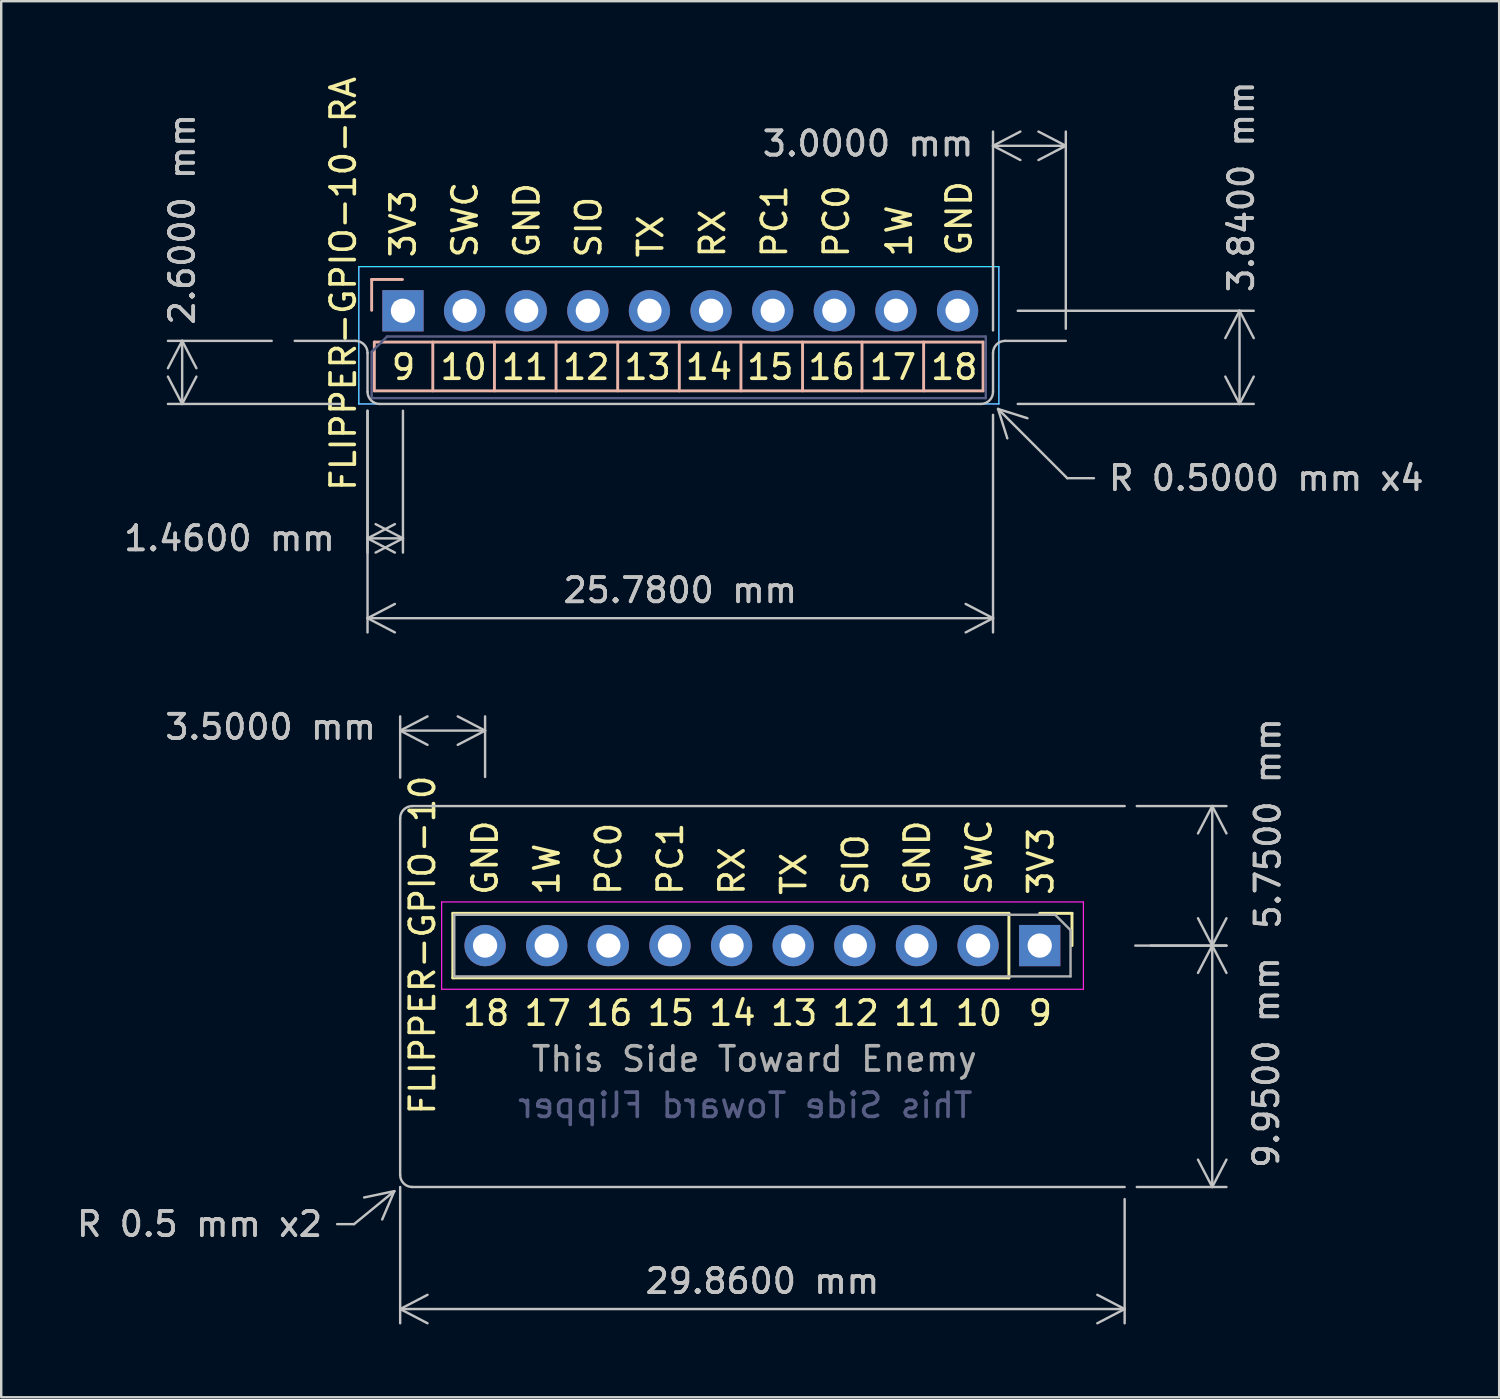
<source format=kicad_pcb>
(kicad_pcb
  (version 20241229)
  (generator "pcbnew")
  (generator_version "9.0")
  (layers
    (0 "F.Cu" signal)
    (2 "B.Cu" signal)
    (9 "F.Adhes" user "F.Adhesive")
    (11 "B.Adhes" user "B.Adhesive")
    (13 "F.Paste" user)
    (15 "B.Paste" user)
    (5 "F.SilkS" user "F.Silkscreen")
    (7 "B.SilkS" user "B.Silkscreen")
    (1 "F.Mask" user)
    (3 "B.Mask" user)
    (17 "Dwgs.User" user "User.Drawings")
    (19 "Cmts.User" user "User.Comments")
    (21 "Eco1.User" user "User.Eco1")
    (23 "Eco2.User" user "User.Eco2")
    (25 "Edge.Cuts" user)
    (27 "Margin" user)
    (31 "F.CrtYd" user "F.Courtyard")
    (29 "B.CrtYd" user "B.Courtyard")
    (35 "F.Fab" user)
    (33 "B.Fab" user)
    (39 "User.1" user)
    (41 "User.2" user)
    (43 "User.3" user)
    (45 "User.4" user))
  (footprint "FLIPPER-GPIO-10"
    (layer "F.Cu")
    (at 16.943 35.923)
    (property "Reference" "FLIPPER-GPIO-10" (at -2.58 -0.02 270) (layer "F.SilkS") (effects (font (size 1 1) (thickness 0.15))))
    (attr through_hole)
    (fp_line (start -1.33 -1.33) (end -1.33 1.33) (stroke (width 0.12) (type solid)) (layer "F.SilkS"))
    (fp_line (start 21.59 -1.33) (end -1.33 -1.33) (stroke (width 0.12) (type solid)) (layer "F.SilkS"))
    (fp_line (start 21.59 -1.33) (end 21.59 1.33) (stroke (width 0.12) (type solid)) (layer "F.SilkS"))
    (fp_line (start 21.59 1.33) (end -1.33 1.33) (stroke (width 0.12) (type solid)) (layer "F.SilkS"))
    (fp_line (start 22.86 -1.33) (end 24.19 -1.33) (stroke (width 0.12) (type solid)) (layer "F.SilkS"))
    (fp_line (start 24.19 -1.33) (end 24.19 0) (stroke (width 0.12) (type solid)) (layer "F.SilkS"))
    (fp_line (start -3.5 9.45) (end -3.5 -5.25) (stroke (width 0.1) (type default)) (layer "Dwgs.User"))
    (fp_line (start -3 -5.75) (end 26.36 -5.75) (stroke (width 0.1) (type default)) (layer "Dwgs.User"))
    (fp_line (start -3 9.95) (end 26.36 9.95) (stroke (width 0.1) (type default)) (layer "Dwgs.User"))
    (fp_arc (start -3.5 -5.25) (mid -3.353553 -5.603553) (end -3 -5.75) (stroke (width 0.1) (type default)) (layer "Dwgs.User"))
    (fp_arc (start -3 9.95) (mid -3.353553 9.803553) (end -3.5 9.45) (stroke (width 0.1) (type default)) (layer "Dwgs.User"))
    (fp_line (start -1.79 -1.8) (end -1.79 1.8) (stroke (width 0.05) (type solid)) (layer "F.CrtYd"))
    (fp_line (start -1.79 1.8) (end 24.66 1.8) (stroke (width 0.05) (type solid)) (layer "F.CrtYd"))
    (fp_line (start 24.66 -1.8) (end -1.79 -1.8) (stroke (width 0.05) (type solid)) (layer "F.CrtYd"))
    (fp_line (start 24.66 1.8) (end 24.66 -1.8) (stroke (width 0.05) (type solid)) (layer "F.CrtYd"))
    (fp_line (start -1.27 -1.27) (end 23.495 -1.27) (stroke (width 0.1) (type solid)) (layer "F.Fab"))
    (fp_line (start -1.27 1.27) (end -1.27 -1.27) (stroke (width 0.1) (type solid)) (layer "F.Fab"))
    (fp_line (start 23.495 -1.27) (end 24.13 -0.635) (stroke (width 0.1) (type solid)) (layer "F.Fab"))
    (fp_line (start 24.13 -0.635) (end 24.13 1.27) (stroke (width 0.1) (type solid)) (layer "F.Fab"))
    (fp_line (start 24.13 1.27) (end -1.27 1.27) (stroke (width 0.1) (type solid)) (layer "F.Fab"))
    (fp_text user "13" (at 11.684 3.37 0) (unlocked yes) (layer "F.SilkS") (effects (font (size 1 1) (thickness 0.15)) (justify left bottom)))
    (fp_text user "1W" (at 3.131 -2 90) (unlocked yes) (layer "F.SilkS") (effects (font (size 1 1) (thickness 0.15)) (justify left bottom)))
    (fp_text user "18" (at -1.01 3.37 0) (unlocked yes) (layer "F.SilkS") (effects (font (size 1 1) (thickness 0.15)) (justify left bottom)))
    (fp_text user "3V3" (at 23.487 -2 90) (unlocked yes) (layer "F.SilkS") (effects (font (size 1 1) (thickness 0.15)) (justify left bottom)))
    (fp_text user "10" (at 19.3 3.37 0) (unlocked yes) (layer "F.SilkS") (effects (font (size 1 1) (thickness 0.15)) (justify left bottom)))
    (fp_text user "9" (at 22.31 3.37 0) (unlocked yes) (layer "F.SilkS") (effects (font (size 1 1) (thickness 0.15)) (justify left bottom)))
    (fp_text user "GND" (at 0.587 -2 90) (unlocked yes) (layer "F.SilkS") (effects (font (size 1 1) (thickness 0.15)) (justify left bottom)))
    (fp_text user "16" (at 4.067 3.37 0) (unlocked yes) (layer "F.SilkS") (effects (font (size 1 1) (thickness 0.15)) (justify left bottom)))
    (fp_text user "PC1" (at 8.22 -2 90) (unlocked yes) (layer "F.SilkS") (effects (font (size 1 1) (thickness 0.15)) (justify left bottom)))
    (fp_text user "SIO" (at 15.853 -2 90) (unlocked yes) (layer "F.SilkS") (effects (font (size 1 1) (thickness 0.15)) (justify left bottom)))
    (fp_text user "12" (at 14.223 3.37 0) (unlocked yes) (layer "F.SilkS") (effects (font (size 1 1) (thickness 0.15)) (justify left bottom)))
    (fp_text user "SWC" (at 20.942 -2 90) (unlocked yes) (layer "F.SilkS") (effects (font (size 1 1) (thickness 0.15)) (justify left bottom)))
    (fp_text user "17" (at 1.529 3.37 0) (unlocked yes) (layer "F.SilkS") (effects (font (size 1 1) (thickness 0.15)) (justify left bottom)))
    (fp_text user "TX" (at 13.309 -2 90) (unlocked yes) (layer "F.SilkS") (effects (font (size 1 1) (thickness 0.15)) (justify left bottom)))
    (fp_text user "15" (at 6.606 3.37 0) (unlocked yes) (layer "F.SilkS") (effects (font (size 1 1) (thickness 0.15)) (justify left bottom)))
    (fp_text user "PC0" (at 5.676 -2 90) (unlocked yes) (layer "F.SilkS") (effects (font (size 1 1) (thickness 0.15)) (justify left bottom)))
    (fp_text user "11" (at 16.761 3.37 0) (unlocked yes) (layer "F.SilkS") (effects (font (size 1 1) (thickness 0.15)) (justify left bottom)))
    (fp_text user "14" (at 9.145 3.37 0) (unlocked yes) (layer "F.SilkS") (effects (font (size 1 1) (thickness 0.15)) (justify left bottom)))
    (fp_text user "GND" (at 18.398 -2 90) (unlocked yes) (layer "F.SilkS") (effects (font (size 1 1) (thickness 0.15)) (justify left bottom)))
    (fp_text user "RX" (at 10.764 -2 90) (unlocked yes) (layer "F.SilkS") (effects (font (size 1 1) (thickness 0.15)) (justify left bottom)))
    (fp_text user "This Side Toward Flipper" (at 20.18 7.17 0) (unlocked yes) (layer "B.Fab") (effects (font (size 1 1) (thickness 0.15)) (justify left bottom mirror)))
    (fp_text user "This Side Toward Enemy" (at 1.83 5.26 0) (unlocked yes) (layer "F.Fab") (effects (font (size 1 1) (thickness 0.15)) (justify left bottom)))
    (dimension (type leader) (layer "Dwgs.User") (pts (xy 13.589 45.727) (xy 11.543 47.403)) (format (prefix "") (suffix "") (units 0) (units_format 0) (precision 4) (override_value "R 0.5 mm x2")) (style (thickness 0.1) (arrow_length 1.27) (text_position_mode 0) (text_frame 0) (extension_offset 0.5)) (gr_text "R 0.5 mm x2" (at 5.173 47.403 0) (layer "Dwgs.User") (effects (font (size 1 1) (thickness 0.15)))))
    (dimension (type orthogonal) (layer "Dwgs.User") (pts (xy 43.243 35.923) (xy 43.303 30.173)) (height 3.67) (orientation 1) (format (prefix "") (suffix "") (units 3) (units_format 1) (precision 4)) (style (thickness 0.1) (arrow_length 1.27) (text_position_mode 2) (arrow_direction outward) (extension_height 0.586) (extension_offset 0.5)) (gr_text "5.7500 mm" (at 49.203 30.893 270) (layer "Dwgs.User") (effects (font (size 1 1) (thickness 0.15)))))
    (dimension (type orthogonal) (layer "Dwgs.User") (pts (xy 43.303 45.873) (xy 13.443 45.373)) (height 5.03) (orientation 0) (format (prefix "") (suffix "") (units 3) (units_format 1) (precision 4)) (style (thickness 0.1) (arrow_length 1.27) (text_position_mode 0) (arrow_direction outward) (extension_height 0.586) (extension_offset 0.5) (keep_text_aligned yes)) (gr_text "29.8600 mm" (at 28.373 49.753 0) (layer "Dwgs.User") (effects (font (size 1 1) (thickness 0.15)))))
    (dimension (type orthogonal) (layer "Dwgs.User") (pts (xy 43.883 35.923) (xy 43.303 45.873)) (height 3.03) (orientation 1) (format (prefix "") (suffix "") (units 3) (units_format 1) (precision 4)) (style (thickness 0.1) (arrow_length 1.27) (text_position_mode 2) (arrow_direction outward) (extension_height 0.586) (extension_offset 0.5)) (gr_text "9.9500 mm" (at 49.143 40.743 270) (layer "Dwgs.User") (effects (font (size 1 1) (thickness 0.15)))))
    (dimension (type orthogonal) (layer "Dwgs.User") (pts (xy 16.943 29.473) (xy 13.443 29.503)) (height -2.41) (orientation 0) (format (prefix "") (suffix "") (units 3) (units_format 1) (precision 4)) (style (thickness 0.1) (arrow_length 1.27) (text_position_mode 2) (arrow_direction outward) (extension_height 0.586) (extension_offset 0.5) (keep_text_aligned yes)) (gr_text "3.5000 mm" (at 8.103 26.913 0) (layer "Dwgs.User") (effects (font (size 1 1) (thickness 0.15)))))
    (pad "9" thru_hole rect (at 22.86 0 270) (size 1.7 1.7) (drill 1) (layers "*.Cu" "*.Mask"))
    (pad "10" thru_hole oval (at 20.32 0 270) (size 1.7 1.7) (drill 1) (layers "*.Cu" "*.Mask"))
    (pad "11" thru_hole oval (at 17.78 0 270) (size 1.7 1.7) (drill 1) (layers "*.Cu" "*.Mask"))
    (pad "12" thru_hole oval (at 15.24 0 270) (size 1.7 1.7) (drill 1) (layers "*.Cu" "*.Mask"))
    (pad "13" thru_hole oval (at 12.7 0 270) (size 1.7 1.7) (drill 1) (layers "*.Cu" "*.Mask"))
    (pad "14" thru_hole oval (at 10.16 0 270) (size 1.7 1.7) (drill 1) (layers "*.Cu" "*.Mask"))
    (pad "15" thru_hole oval (at 7.62 0 270) (size 1.7 1.7) (drill 1) (layers "*.Cu" "*.Mask"))
    (pad "16" thru_hole oval (at 5.08 0 270) (size 1.7 1.7) (drill 1) (layers "*.Cu" "*.Mask"))
    (pad "17" thru_hole oval (at 2.54 0 270) (size 1.7 1.7) (drill 1) (layers "*.Cu" "*.Mask"))
    (pad "18" thru_hole oval (at 0 0 270) (size 1.7 1.7) (drill 1) (layers "*.Cu" "*.Mask")))
  (footprint "FLIPPER-GPIO-10-RA"
    (layer "F.Cu")
    (at 13.558 9.759)
    (property "Reference" "FLIPPER-GPIO-10-RA" (at -2.46 -1.11 90) (layer "F.SilkS") (effects (font (size 1 1) (thickness 0.15))))
    (attr through_hole)
    (fp_line (start -1.29 -1.29) (end -1.29 -0.02) (stroke (width 0.12) (type solid)) (layer "B.SilkS"))
    (fp_line (start -1.18 1.29) (end 23.91 1.29) (stroke (width 0.12) (type solid)) (layer "B.SilkS"))
    (fp_line (start -1.18 3.3) (end -1.18 1.29) (stroke (width 0.12) (type solid)) (layer "B.SilkS"))
    (fp_line (start -0.02 -1.29) (end -1.29 -1.29) (stroke (width 0.12) (type solid)) (layer "B.SilkS"))
    (fp_line (start 1.23 1.29) (end 1.23 3.3) (stroke (width 0.12) (type solid)) (layer "B.SilkS"))
    (fp_line (start 3.77 1.29) (end 3.77 3.3) (stroke (width 0.12) (type solid)) (layer "B.SilkS"))
    (fp_line (start 6.31 1.29) (end 6.31 3.3) (stroke (width 0.12) (type solid)) (layer "B.SilkS"))
    (fp_line (start 8.85 1.29) (end 8.85 3.3) (stroke (width 0.12) (type solid)) (layer "B.SilkS"))
    (fp_line (start 11.39 1.29) (end 11.39 3.3) (stroke (width 0.12) (type solid)) (layer "B.SilkS"))
    (fp_line (start 13.93 1.29) (end 13.93 3.3) (stroke (width 0.12) (type solid)) (layer "B.SilkS"))
    (fp_line (start 16.47 1.29) (end 16.47 3.3) (stroke (width 0.12) (type solid)) (layer "B.SilkS"))
    (fp_line (start 18.92 1.29) (end 18.92 3.3) (stroke (width 0.12) (type solid)) (layer "B.SilkS"))
    (fp_line (start 21.46 1.29) (end 21.46 3.3) (stroke (width 0.12) (type solid)) (layer "B.SilkS"))
    (fp_line (start 23.91 1.29) (end 23.91 3.3) (stroke (width 0.12) (type solid)) (layer "B.SilkS"))
    (fp_line (start 23.91 3.3) (end -1.18 3.3) (stroke (width 0.12) (type solid)) (layer "B.SilkS"))
    (fp_line (start -1.96 1.24) (end -4.46 1.24) (stroke (width 0.1) (type default)) (layer "Dwgs.User"))
    (fp_line (start -1.46 3.34) (end -1.46 1.74) (stroke (width 0.1) (type default)) (layer "Dwgs.User"))
    (fp_line (start -0.96 3.84) (end 23.82 3.84) (stroke (width 0.1) (type default)) (layer "Dwgs.User"))
    (fp_line (start 24.32 3.34) (end 24.32 1.74) (stroke (width 0.1) (type default)) (layer "Dwgs.User"))
    (fp_line (start 24.82 1.24) (end 27.32 1.24) (stroke (width 0.1) (type default)) (layer "Dwgs.User"))
    (fp_arc (start -1.96 1.24) (mid -1.606447 1.386447) (end -1.46 1.74) (stroke (width 0.1) (type default)) (layer "Dwgs.User"))
    (fp_arc (start -0.96 3.84) (mid -1.313553 3.693553) (end -1.46 3.34) (stroke (width 0.1) (type default)) (layer "Dwgs.User"))
    (fp_arc (start 24.32 1.74) (mid 24.466447 1.386447) (end 24.82 1.24) (stroke (width 0.1) (type default)) (layer "Dwgs.User"))
    (fp_arc (start 24.32 3.34) (mid 24.173553 3.693553) (end 23.82 3.84) (stroke (width 0.1) (type default)) (layer "Dwgs.User"))
    (fp_line (start -1.82 -1.82) (end 24.56 -1.82) (stroke (width 0.05) (type solid)) (layer "B.CrtYd"))
    (fp_line (start -1.82 3.84) (end -1.82 -1.82) (stroke (width 0.05) (type solid)) (layer "B.CrtYd"))
    (fp_line (start 24.56 -1.82) (end 24.56 3.84) (stroke (width 0.05) (type solid)) (layer "B.CrtYd"))
    (fp_line (start 24.56 3.84) (end -1.82 3.84) (stroke (width 0.05) (type solid)) (layer "B.CrtYd"))
    (fp_line (start -1.82 -1.82) (end 24.56 -1.82) (stroke (width 0.05) (type solid)) (layer "F.CrtYd"))
    (fp_line (start -1.82 3.84) (end -1.82 -1.82) (stroke (width 0.05) (type solid)) (layer "F.CrtYd"))
    (fp_line (start 24.56 -1.82) (end 24.56 3.84) (stroke (width 0.05) (type solid)) (layer "F.CrtYd"))
    (fp_line (start 24.56 3.84) (end -1.82 3.84) (stroke (width 0.05) (type solid)) (layer "F.CrtYd"))
    (fp_line (start -1.29 1.695) (end -1.29 3.6) (stroke (width 0.1) (type solid)) (layer "B.Fab"))
    (fp_line (start -1.29 3.6) (end 24.02 3.6) (stroke (width 0.1) (type solid)) (layer "B.Fab"))
    (fp_line (start -0.655 1.06) (end -1.29 1.695) (stroke (width 0.1) (type solid)) (layer "B.Fab"))
    (fp_line (start 24.02 1.06) (end -0.655 1.06) (stroke (width 0.1) (type solid)) (layer "B.Fab"))
    (fp_line (start 24.022 3.6) (end 24.022 1.06) (stroke (width 0.1) (type solid)) (layer "B.Fab"))
    (fp_line (start -0.34 -0.34) (end 0.3 -0.34) (stroke (width 0.1) (type solid)) (layer "F.Fab"))
    (fp_line (start 2.2 -0.34) (end 2.84 -0.34) (stroke (width 0.1) (type solid)) (layer "F.Fab"))
    (fp_line (start 4.74 -0.34) (end 5.38 -0.34) (stroke (width 0.1) (type solid)) (layer "F.Fab"))
    (fp_line (start 7.28 -0.34) (end 7.92 -0.34) (stroke (width 0.1) (type solid)) (layer "F.Fab"))
    (fp_line (start 9.82 -0.34) (end 10.46 -0.34) (stroke (width 0.1) (type solid)) (layer "F.Fab"))
    (fp_line (start 12.36 -0.34) (end 13 -0.34) (stroke (width 0.1) (type solid)) (layer "F.Fab"))
    (fp_line (start 14.9 -0.34) (end 15.54 -0.34) (stroke (width 0.1) (type solid)) (layer "F.Fab"))
    (fp_line (start 17.44 -0.34) (end 18.08 -0.34) (stroke (width 0.1) (type solid)) (layer "F.Fab"))
    (fp_line (start 17.44 -0.34) (end 18.08 -0.34) (stroke (width 0.1) (type solid)) (layer "F.Fab"))
    (fp_line (start 19.98 -0.34) (end 20.62 -0.34) (stroke (width 0.1) (type solid)) (layer "F.Fab"))
    (fp_line (start 22.52 -0.34) (end 23.16 -0.34) (stroke (width 0.1) (type solid)) (layer "F.Fab"))
    (fp_text user "15" (at 14.088 2.91 0) (unlocked yes) (layer "F.SilkS") (effects (font (size 1 1) (thickness 0.15)) (justify left bottom)))
    (fp_text user "SIO" (at 8.244 -2.11 90) (unlocked yes) (layer "F.SilkS") (effects (font (size 1 1) (thickness 0.15)) (justify left bottom)))
    (fp_text user "SWC" (at 3.141 -2.11 90) (unlocked yes) (layer "F.SilkS") (effects (font (size 1 1) (thickness 0.15)) (justify left bottom)))
    (fp_text user "10" (at 1.45 2.91 0) (unlocked yes) (layer "F.SilkS") (effects (font (size 1 1) (thickness 0.15)) (justify left bottom)))
    (fp_text user "12" (at 6.505 2.91 0) (unlocked yes) (layer "F.SilkS") (effects (font (size 1 1) (thickness 0.15)) (justify left bottom)))
    (fp_text user "14" (at 11.56 2.91 0) (unlocked yes) (layer "F.SilkS") (effects (font (size 1 1) (thickness 0.15)) (justify left bottom)))
    (fp_text user "PC1" (at 15.899 -2.11 90) (unlocked yes) (layer "F.SilkS") (effects (font (size 1 1) (thickness 0.15)) (justify left bottom)))
    (fp_text user "PC0" (at 18.45 -2.11 90) (unlocked yes) (layer "F.SilkS") (effects (font (size 1 1) (thickness 0.15)) (justify left bottom)))
    (fp_text user "RX" (at 13.347 -2.11 90) (unlocked yes) (layer "F.SilkS") (effects (font (size 1 1) (thickness 0.15)) (justify left bottom)))
    (fp_text user "GND" (at 5.693 -2.11 90) (unlocked yes) (layer "F.SilkS") (effects (font (size 1 1) (thickness 0.15)) (justify left bottom)))
    (fp_text user "11" (at 3.978 2.91 0) (unlocked yes) (layer "F.SilkS") (effects (font (size 1 1) (thickness 0.15)) (justify left bottom)))
    (fp_text user "3V3" (at 0.59 -2.11 90) (unlocked yes) (layer "F.SilkS") (effects (font (size 1 1) (thickness 0.15)) (justify left bottom)))
    (fp_text user "18" (at 21.67 2.91 0) (unlocked yes) (layer "F.SilkS") (effects (font (size 1 1) (thickness 0.15)) (justify left bottom)))
    (fp_text user "GND" (at 23.51 -2.19 90) (unlocked yes) (layer "F.SilkS") (effects (font (size 1 1) (thickness 0.15)) (justify left bottom)))
    (fp_text user "16" (at 16.615 2.91 0) (unlocked yes) (layer "F.SilkS") (effects (font (size 1 1) (thickness 0.15)) (justify left bottom)))
    (fp_text user "9" (at -0.553 2.91 0) (unlocked yes) (layer "F.SilkS") (effects (font (size 1 1) (thickness 0.15)) (justify left bottom)))
    (fp_text user "TX" (at 10.796 -2.11 90) (unlocked yes) (layer "F.SilkS") (effects (font (size 1 1) (thickness 0.15)) (justify left bottom)))
    (fp_text user "13" (at 9.033 2.91 0) (unlocked yes) (layer "F.SilkS") (effects (font (size 1 1) (thickness 0.15)) (justify left bottom)))
    (fp_text user "1W" (at 21.04 -2.14 90) (unlocked yes) (layer "F.SilkS") (effects (font (size 1 1) (thickness 0.15)) (justify left bottom)))
    (fp_text user "17" (at 19.142 2.91 0) (unlocked yes) (layer "F.SilkS") (effects (font (size 1 1) (thickness 0.15)) (justify left bottom)))
    (dimension (type aligned) (layer "Dwgs.User") (pts (xy 12.098 13.379) (xy 13.558 13.379)) (height 5.76) (format (prefix "") (suffix "") (units 3) (units_format 1) (precision 4)) (style (thickness 0.1) (arrow_length 1.27) (text_position_mode 2) (arrow_direction outward) (extension_height 0.586) (extension_offset 0.5) (keep_text_aligned yes)) (gr_text "1.4600 mm" (at 6.408 19.139 0) (layer "Dwgs.User") (effects (font (size 1 1) (thickness 0.15)))))
    (dimension (type leader) (layer "Dwgs.User") (pts (xy 37.732 13.452) (xy 40.938 16.659)) (format (prefix "") (suffix "") (units 0) (units_format 0) (precision 4) (override_value "R 0.5000 mm x4")) (style (thickness 0.1) (arrow_length 1.27) (text_position_mode 0) (text_frame 0) (extension_offset 0.5)) (gr_text "R 0.5000 mm x4" (at 49.138 16.659 0) (layer "Dwgs.User") (effects (font (size 1 1) (thickness 0.15)))))
    (dimension (type orthogonal) (layer "Dwgs.User") (pts (xy 12.098 13.379) (xy 37.878 13.549)) (height 9.05) (orientation 0) (format (prefix "") (suffix "") (units 3) (units_format 1) (precision 4)) (style (thickness 0.1) (arrow_length 1.27) (text_position_mode 0) (arrow_direction outward) (extension_height 0.586) (extension_offset 0.5) (keep_text_aligned yes)) (gr_text "25.7800 mm" (at 24.988 21.279 0) (layer "Dwgs.User") (effects (font (size 1 1) (thickness 0.15)))))
    (dimension (type orthogonal) (layer "Dwgs.User") (pts (xy 8.648 10.999) (xy 11.488 13.599)) (height -4.19) (orientation 1) (format (prefix "") (suffix "") (units 3) (units_format 1) (precision 4)) (style (thickness 0.1) (arrow_length 1.27) (text_position_mode 2) (arrow_direction outward) (extension_height 0.586) (extension_offset 0.5) (keep_text_aligned yes)) (gr_text "2.6000 mm" (at 4.458 5.989 90) (layer "Dwgs.User") (effects (font (size 1 1) (thickness 0.15)))))
    (dimension (type orthogonal) (layer "Dwgs.User") (pts (xy 40.878 10.999) (xy 37.878 11.069)) (height -8.04) (orientation 0) (format (prefix "") (suffix "") (units 3) (units_format 1) (precision 4)) (style (thickness 0.1) (arrow_length 1.27) (text_position_mode 2) (arrow_direction outward) (extension_height 0.586) (extension_offset 0.5) (keep_text_aligned yes)) (gr_text "3.0000 mm" (at 32.728 2.869 0) (layer "Dwgs.User") (effects (font (size 1 1) (thickness 0.15)))))
    (dimension (type orthogonal) (layer "Dwgs.User") (pts (xy 38.398 9.759) (xy 38.398 13.599)) (height 9.64) (orientation 1) (format (prefix "") (suffix "") (units 3) (units_format 1) (precision 4)) (style (thickness 0.1) (arrow_length 1.27) (text_position_mode 2) (arrow_direction outward) (extension_height 0.586) (extension_offset 0.5) (keep_text_aligned yes)) (gr_text "3.8400 mm" (at 48.108 4.649 90) (layer "Dwgs.User") (effects (font (size 1 1) (thickness 0.15)))))
    (pad "9" thru_hole rect (at 0 0 270) (size 1.7 1.7) (drill 1) (layers "*.Cu" "*.Mask"))
    (pad "10" thru_hole oval (at 2.54 0 270) (size 1.7 1.7) (drill 1) (layers "*.Cu" "*.Mask"))
    (pad "11" thru_hole oval (at 5.08 0 270) (size 1.7 1.7) (drill 1) (layers "*.Cu" "*.Mask"))
    (pad "12" thru_hole oval (at 7.62 0 270) (size 1.7 1.7) (drill 1) (layers "*.Cu" "*.Mask"))
    (pad "13" thru_hole oval (at 10.16 0 270) (size 1.7 1.7) (drill 1) (layers "*.Cu" "*.Mask"))
    (pad "14" thru_hole oval (at 12.7 0 270) (size 1.7 1.7) (drill 1) (layers "*.Cu" "*.Mask"))
    (pad "15" thru_hole oval (at 15.24 0 270) (size 1.7 1.7) (drill 1) (layers "*.Cu" "*.Mask"))
    (pad "16" thru_hole oval (at 17.78 0 270) (size 1.7 1.7) (drill 1) (layers "*.Cu" "*.Mask"))
    (pad "17" thru_hole oval (at 20.32 0 270) (size 1.7 1.7) (drill 1) (layers "*.Cu" "*.Mask"))
    (pad "18" thru_hole oval (at 22.86 0 270) (size 1.7 1.7) (drill 1) (layers "*.Cu" "*.Mask")))
  (gr_rect
    (start -3 -3)
    (end 58.74 54.54)
    (stroke (width 0.1) (type default))
    (fill no)
    (layer "Edge.Cuts")))
</source>
